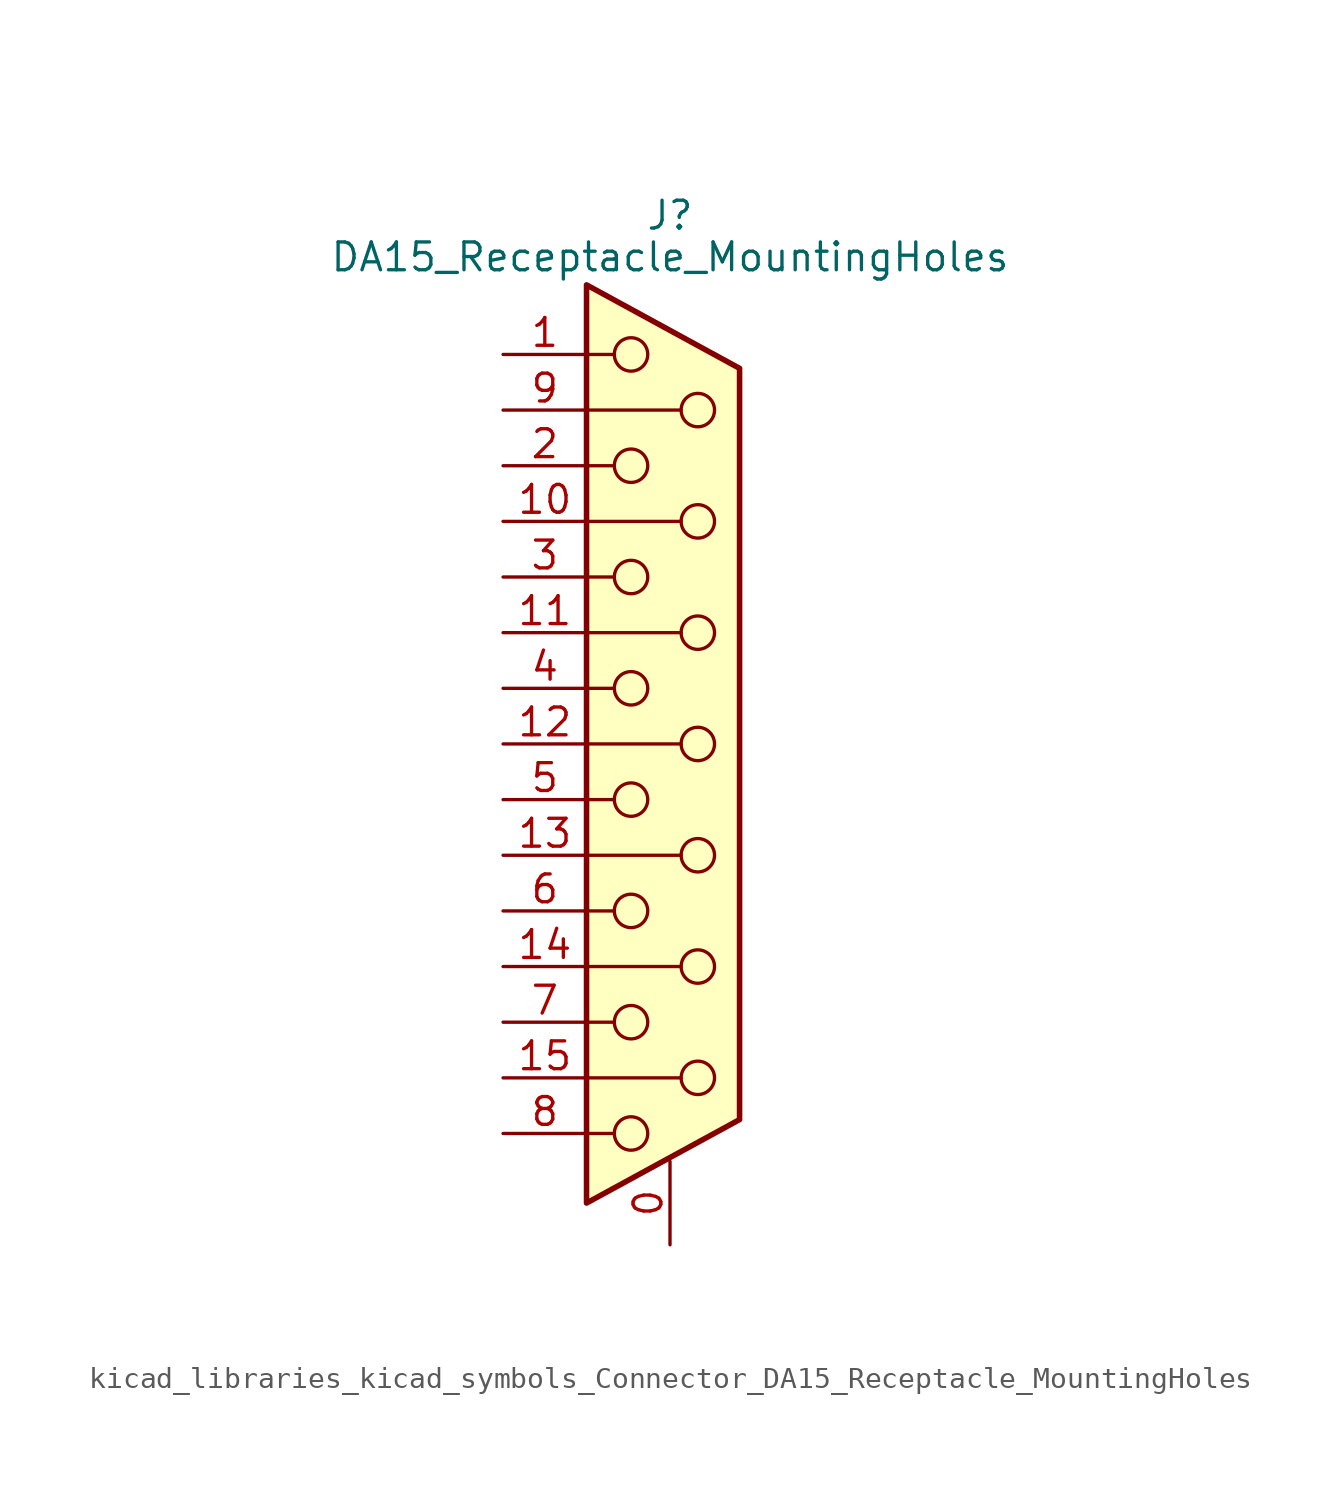
<source format=kicad_sym>
(kicad_symbol_lib
  (version 20220914)
  (generator kicad_symbol_editor)
  (symbol "kicad_libraries_kicad_symbols_Connector_DA15_Receptacle_MountingHoles"
    (pin_names
      (offset 1.016) hide)
    (property "Reference" "J"
      (at 0 24.13 0)
      (effects (font (size 1.27 1.27))))
    (property "Value" "DA15_Receptacle_MountingHoles"
      (at 0 22.225 0)
      (effects (font (size 1.27 1.27))))
    (symbol "kicad_libraries_kicad_symbols_Connector_DA15_Receptacle_MountingHoles_0_1"
      (circle (center -1.778 -17.78) (radius 0.762) (stroke (width 0) (type default)) (fill (type none)))
      (circle (center -1.778 -12.7) (radius 0.762) (stroke (width 0) (type default)) (fill (type none)))
      (circle (center -1.778 -7.62) (radius 0.762) (stroke (width 0) (type default)) (fill (type none)))
      (circle (center -1.778 -2.54) (radius 0.762) (stroke (width 0) (type default)) (fill (type none)))
      (circle (center -1.778 2.54) (radius 0.762) (stroke (width 0) (type default)) (fill (type none)))
      (circle (center -1.778 7.62) (radius 0.762) (stroke (width 0) (type default)) (fill (type none)))
      (circle (center -1.778 12.7) (radius 0.762) (stroke (width 0) (type default)) (fill (type none)))
      (circle (center -1.778 17.78) (radius 0.762) (stroke (width 0) (type default)) (fill (type none)))
      (polyline (pts (xy -3.81 -17.78) (xy -2.54 -17.78)) (stroke (width 0) (type default)) (fill (type none)))
      (polyline (pts (xy -3.81 -15.24) (xy 0.508 -15.24)) (stroke (width 0) (type default)) (fill (type none)))
      (polyline (pts (xy -3.81 -12.7) (xy -2.54 -12.7)) (stroke (width 0) (type default)) (fill (type none)))
      (polyline (pts (xy -3.81 -10.16) (xy 0.508 -10.16)) (stroke (width 0) (type default)) (fill (type none)))
      (polyline (pts (xy -3.81 -7.62) (xy -2.54 -7.62)) (stroke (width 0) (type default)) (fill (type none)))
      (polyline (pts (xy -3.81 -5.08) (xy 0.508 -5.08)) (stroke (width 0) (type default)) (fill (type none)))
      (polyline (pts (xy -3.81 -2.54) (xy -2.54 -2.54)) (stroke (width 0) (type default)) (fill (type none)))
      (polyline (pts (xy -3.81 0) (xy 0.508 0)) (stroke (width 0) (type default)) (fill (type none)))
      (polyline (pts (xy -3.81 2.54) (xy -2.54 2.54)) (stroke (width 0) (type default)) (fill (type none)))
      (polyline (pts (xy -3.81 5.08) (xy 0.508 5.08)) (stroke (width 0) (type default)) (fill (type none)))
      (polyline (pts (xy -3.81 7.62) (xy -2.54 7.62)) (stroke (width 0) (type default)) (fill (type none)))
      (polyline (pts (xy -3.81 10.16) (xy 0.508 10.16)) (stroke (width 0) (type default)) (fill (type none)))
      (polyline (pts (xy -3.81 12.7) (xy -2.54 12.7)) (stroke (width 0) (type default)) (fill (type none)))
      (polyline (pts (xy -3.81 15.24) (xy 0.508 15.24)) (stroke (width 0) (type default)) (fill (type none)))
      (polyline (pts (xy -3.81 17.78) (xy -2.54 17.78)) (stroke (width 0) (type default)) (fill (type none)))
      (polyline (pts (xy -3.81 20.955) (xy 3.175 17.145) (xy 3.175 -17.145) (xy -3.81 -20.955) (xy -3.81 20.955)) (stroke (width 0.254) (type default)) (fill (type background)))
      (circle (center 1.27 -15.24) (radius 0.762) (stroke (width 0) (type default)) (fill (type none)))
      (circle (center 1.27 -10.16) (radius 0.762) (stroke (width 0) (type default)) (fill (type none)))
      (circle (center 1.27 -5.08) (radius 0.762) (stroke (width 0) (type default)) (fill (type none)))
      (circle (center 1.27 0) (radius 0.762) (stroke (width 0) (type default)) (fill (type none)))
      (circle (center 1.27 5.08) (radius 0.762) (stroke (width 0) (type default)) (fill (type none)))
      (circle (center 1.27 10.16) (radius 0.762) (stroke (width 0) (type default)) (fill (type none)))
      (circle (center 1.27 15.24) (radius 0.762) (stroke (width 0) (type default)) (fill (type none))))
    (symbol "kicad_libraries_kicad_symbols_Connector_DA15_Receptacle_MountingHoles_1_1"
      (pin passive line (at 0 -22.86 90) (length 3.81) (name "PAD" (effects (font (size 1.27 1.27)))) (number "0" (effects (font (size 1.27 1.27)))))
      (pin passive line (at -7.62 17.78 0) (length 3.81) (name "1" (effects (font (size 1.27 1.27)))) (number "1" (effects (font (size 1.27 1.27)))))
      (pin passive line (at -7.62 10.16 0) (length 3.81) (name "P10" (effects (font (size 1.27 1.27)))) (number "10" (effects (font (size 1.27 1.27)))))
      (pin passive line (at -7.62 5.08 0) (length 3.81) (name "P111" (effects (font (size 1.27 1.27)))) (number "11" (effects (font (size 1.27 1.27)))))
      (pin passive line (at -7.62 0 0) (length 3.81) (name "P12" (effects (font (size 1.27 1.27)))) (number "12" (effects (font (size 1.27 1.27)))))
      (pin passive line (at -7.62 -5.08 0) (length 3.81) (name "P13" (effects (font (size 1.27 1.27)))) (number "13" (effects (font (size 1.27 1.27)))))
      (pin passive line (at -7.62 -10.16 0) (length 3.81) (name "P14" (effects (font (size 1.27 1.27)))) (number "14" (effects (font (size 1.27 1.27)))))
      (pin passive line (at -7.62 -15.24 0) (length 3.81) (name "P15" (effects (font (size 1.27 1.27)))) (number "15" (effects (font (size 1.27 1.27)))))
      (pin passive line (at -7.62 12.7 0) (length 3.81) (name "2" (effects (font (size 1.27 1.27)))) (number "2" (effects (font (size 1.27 1.27)))))
      (pin passive line (at -7.62 7.62 0) (length 3.81) (name "3" (effects (font (size 1.27 1.27)))) (number "3" (effects (font (size 1.27 1.27)))))
      (pin passive line (at -7.62 2.54 0) (length 3.81) (name "4" (effects (font (size 1.27 1.27)))) (number "4" (effects (font (size 1.27 1.27)))))
      (pin passive line (at -7.62 -2.54 0) (length 3.81) (name "5" (effects (font (size 1.27 1.27)))) (number "5" (effects (font (size 1.27 1.27)))))
      (pin passive line (at -7.62 -7.62 0) (length 3.81) (name "6" (effects (font (size 1.27 1.27)))) (number "6" (effects (font (size 1.27 1.27)))))
      (pin passive line (at -7.62 -12.7 0) (length 3.81) (name "7" (effects (font (size 1.27 1.27)))) (number "7" (effects (font (size 1.27 1.27)))))
      (pin passive line (at -7.62 -17.78 0) (length 3.81) (name "8" (effects (font (size 1.27 1.27)))) (number "8" (effects (font (size 1.27 1.27)))))
      (pin passive line (at -7.62 15.24 0) (length 3.81) (name "P9" (effects (font (size 1.27 1.27)))) (number "9" (effects (font (size 1.27 1.27))))))))
</source>
